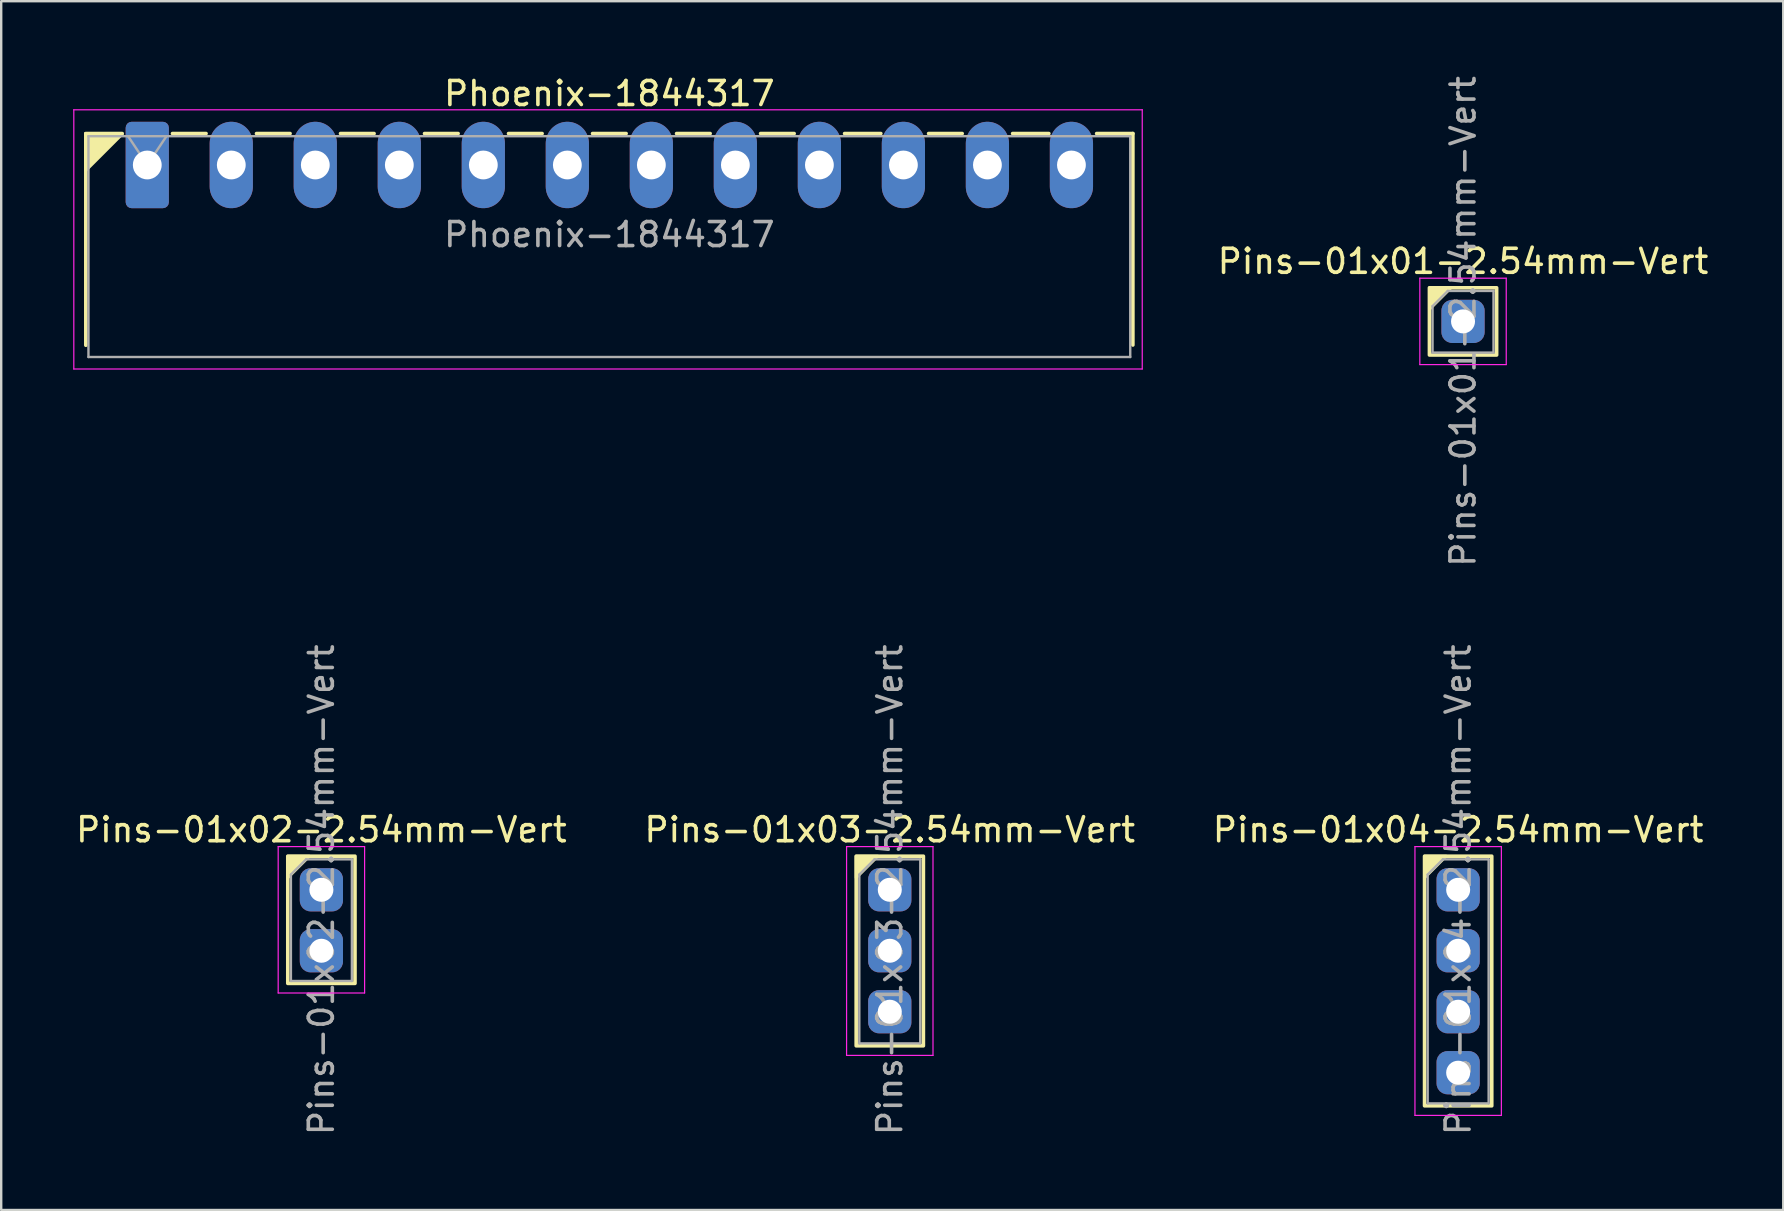
<source format=kicad_pcb>
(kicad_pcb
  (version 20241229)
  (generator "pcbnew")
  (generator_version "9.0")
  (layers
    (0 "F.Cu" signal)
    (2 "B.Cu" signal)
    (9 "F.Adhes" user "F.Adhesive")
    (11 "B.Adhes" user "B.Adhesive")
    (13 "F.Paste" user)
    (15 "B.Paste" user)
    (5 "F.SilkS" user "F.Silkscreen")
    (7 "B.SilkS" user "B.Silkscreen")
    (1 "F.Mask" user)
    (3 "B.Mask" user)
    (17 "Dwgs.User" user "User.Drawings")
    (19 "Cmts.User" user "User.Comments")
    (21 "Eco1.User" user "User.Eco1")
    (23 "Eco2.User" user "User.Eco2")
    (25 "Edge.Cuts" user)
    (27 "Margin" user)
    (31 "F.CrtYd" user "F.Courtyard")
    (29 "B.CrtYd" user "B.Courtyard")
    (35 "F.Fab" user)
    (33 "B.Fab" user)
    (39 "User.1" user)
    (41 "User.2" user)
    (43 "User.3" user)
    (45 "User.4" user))
  (footprint "Pins-01x02-2.54mm-Vert"
    (layer "F.Cu")
    (at 10.339 34.018)
    (property "Reference" "Pins-01x02-2.54mm-Vert" (at 0 -2.5 0) (unlocked yes) (layer "F.SilkS") (effects (font (size 1 1) (thickness 0.15))))
    (attr through_hole)
    (fp_rect (start 1.4 3.9) (end -1.4 -1.4) (stroke (width 0.15) (type solid)) (fill no) (layer "F.SilkS"))
    (fp_poly (pts (xy -1.4 -0.5) (xy -1.4 -1.4) (xy -0.5 -1.4)) (stroke (width 0.12) (type solid)) (fill yes) (layer "F.SilkS"))
    (fp_line (start -1.8 -1.8) (end -1.8 4.3) (stroke (width 0.05) (type solid)) (layer "F.CrtYd"))
    (fp_line (start -1.8 4.3) (end 1.8 4.3) (stroke (width 0.05) (type solid)) (layer "F.CrtYd"))
    (fp_line (start 1.8 -1.8) (end -1.8 -1.8) (stroke (width 0.05) (type solid)) (layer "F.CrtYd"))
    (fp_line (start 1.8 4.3) (end 1.8 -1.8) (stroke (width 0.05) (type solid)) (layer "F.CrtYd"))
    (fp_line (start -1.27 -0.635) (end -0.635 -1.27) (stroke (width 0.1) (type solid)) (layer "F.Fab"))
    (fp_line (start -1.27 3.8) (end -1.27 -0.635) (stroke (width 0.1) (type solid)) (layer "F.Fab"))
    (fp_line (start -0.635 -1.27) (end 1.27 -1.27) (stroke (width 0.1) (type solid)) (layer "F.Fab"))
    (fp_line (start 1.27 -1.27) (end 1.27 3.8) (stroke (width 0.1) (type solid)) (layer "F.Fab"))
    (fp_line (start 1.27 3.8) (end -1.27 3.8) (stroke (width 0.1) (type solid)) (layer "F.Fab"))
    (fp_text user "${REFERENCE}" (at 0 0 90) (layer "F.Fab") (effects (font (size 1 1) (thickness 0.15))))
    (pad "1" thru_hole roundrect (at 0 0) (size 1.8 1.8) (drill 1) (layers "*.Cu" "*.Mask") (roundrect_rratio 0.25))
    (pad "2" thru_hole roundrect (at 0 2.54) (size 1.8 1.8) (drill 1) (layers "*.Cu" "*.Mask") (roundrect_rratio 0.25)))
  (footprint "Pins-01x01-2.54mm-Vert"
    (layer "F.Cu")
    (at 57.899 10.339)
    (property "Reference" "Pins-01x01-2.54mm-Vert" (at 0 -2.5 0) (unlocked yes) (layer "F.SilkS") (effects (font (size 1 1) (thickness 0.15))))
    (attr through_hole)
    (fp_rect (start 1.4 -1.4) (end -1.4 1.4) (stroke (width 0.15) (type solid)) (fill no) (layer "F.SilkS"))
    (fp_poly (pts (xy -1.4 -0.5) (xy -1.4 -1.4) (xy -0.5 -1.4)) (stroke (width 0.12) (type solid)) (fill yes) (layer "F.SilkS"))
    (fp_line (start -1.8 -1.8) (end -1.8 1.8) (stroke (width 0.05) (type solid)) (layer "F.CrtYd"))
    (fp_line (start -1.8 1.8) (end 1.8 1.8) (stroke (width 0.05) (type solid)) (layer "F.CrtYd"))
    (fp_line (start 1.8 -1.8) (end -1.8 -1.8) (stroke (width 0.05) (type solid)) (layer "F.CrtYd"))
    (fp_line (start 1.8 1.8) (end 1.8 -1.8) (stroke (width 0.05) (type solid)) (layer "F.CrtYd"))
    (fp_line (start -1.27 -0.635) (end -0.635 -1.27) (stroke (width 0.1) (type solid)) (layer "F.Fab"))
    (fp_line (start -1.27 1.3) (end -1.27 -0.635) (stroke (width 0.1) (type solid)) (layer "F.Fab"))
    (fp_line (start -0.635 -1.27) (end 1.27 -1.27) (stroke (width 0.1) (type solid)) (layer "F.Fab"))
    (fp_line (start 1.27 -1.27) (end 1.27 1.3) (stroke (width 0.1) (type solid)) (layer "F.Fab"))
    (fp_line (start 1.27 1.3) (end -1.27 1.3) (stroke (width 0.1) (type solid)) (layer "F.Fab"))
    (fp_text user "${REFERENCE}" (at 0 0 90) (layer "F.Fab") (effects (font (size 1 1) (thickness 0.15))))
    (pad "1" thru_hole roundrect (at 0 0) (size 1.8 1.8) (drill 1) (layers "*.Cu" "*.Mask") (roundrect_rratio 0.25)))
  (footprint "Pins-01x03-2.54mm-Vert"
    (layer "F.Cu")
    (at 34.018 34.018)
    (property "Reference" "Pins-01x03-2.54mm-Vert" (at 0 -2.5 0) (unlocked yes) (layer "F.SilkS") (effects (font (size 1 1) (thickness 0.15))))
    (attr through_hole)
    (fp_rect (start 1.4 6.5) (end -1.4 -1.4) (stroke (width 0.15) (type solid)) (fill no) (layer "F.SilkS"))
    (fp_poly (pts (xy -1.4 -0.5) (xy -1.4 -1.4) (xy -0.5 -1.4)) (stroke (width 0.12) (type solid)) (fill yes) (layer "F.SilkS"))
    (fp_line (start -1.8 -1.8) (end -1.8 6.9) (stroke (width 0.05) (type solid)) (layer "F.CrtYd"))
    (fp_line (start -1.8 6.9) (end 1.8 6.9) (stroke (width 0.05) (type solid)) (layer "F.CrtYd"))
    (fp_line (start 1.8 -1.8) (end -1.8 -1.8) (stroke (width 0.05) (type solid)) (layer "F.CrtYd"))
    (fp_line (start 1.8 6.9) (end 1.8 -1.8) (stroke (width 0.05) (type solid)) (layer "F.CrtYd"))
    (fp_line (start -1.27 -0.635) (end -0.635 -1.27) (stroke (width 0.1) (type solid)) (layer "F.Fab"))
    (fp_line (start -1.27 6.4) (end -1.27 -0.635) (stroke (width 0.1) (type solid)) (layer "F.Fab"))
    (fp_line (start -0.635 -1.27) (end 1.27 -1.27) (stroke (width 0.1) (type solid)) (layer "F.Fab"))
    (fp_line (start 1.27 -1.27) (end 1.27 6.4) (stroke (width 0.1) (type solid)) (layer "F.Fab"))
    (fp_line (start 1.27 6.4) (end -1.27 6.4) (stroke (width 0.1) (type solid)) (layer "F.Fab"))
    (fp_text user "${REFERENCE}" (at 0 0 90) (layer "F.Fab") (effects (font (size 1 1) (thickness 0.15))))
    (pad "1" thru_hole roundrect (at 0 0) (size 1.8 1.8) (drill 1) (layers "*.Cu" "*.Mask") (roundrect_rratio 0.25))
    (pad "2" thru_hole roundrect (at 0 2.54) (size 1.8 1.8) (drill 1) (layers "*.Cu" "*.Mask") (roundrect_rratio 0.25))
    (pad "3" thru_hole roundrect (at 0 5.08) (size 1.8 1.8) (drill 1) (layers "*.Cu" "*.Mask") (roundrect_rratio 0.25)))
  (footprint "Phoenix-1844317"
    (layer "F.Cu")
    (at 22.335 3.823)
    (property "Reference" "Phoenix-1844317" (at 0 -2.975 0) (layer "F.SilkS") (effects (font (size 1 1) (thickness 0.15))))
    (attr through_hole)
    (fp_line (start -21.81 -1.31) (end -20.3 -1.31) (stroke (width 0.15) (type solid)) (layer "F.SilkS"))
    (fp_line (start -21.81 -1.3) (end -21.81 7.51) (stroke (width 0.15) (type solid)) (layer "F.SilkS"))
    (fp_line (start -18.2 -1.31) (end -16.8 -1.31) (stroke (width 0.15) (type solid)) (layer "F.SilkS"))
    (fp_line (start -14.7 -1.31) (end -13.3 -1.31) (stroke (width 0.15) (type solid)) (layer "F.SilkS"))
    (fp_line (start -11.2 -1.31) (end -9.8 -1.31) (stroke (width 0.15) (type solid)) (layer "F.SilkS"))
    (fp_line (start -7.7 -1.31) (end -6.3 -1.31) (stroke (width 0.15) (type solid)) (layer "F.SilkS"))
    (fp_line (start -4.2 -1.31) (end -2.8 -1.31) (stroke (width 0.15) (type solid)) (layer "F.SilkS"))
    (fp_line (start -0.7 -1.31) (end 0.7 -1.31) (stroke (width 0.15) (type solid)) (layer "F.SilkS"))
    (fp_line (start 2.8 -1.31) (end 4.2 -1.31) (stroke (width 0.15) (type solid)) (layer "F.SilkS"))
    (fp_line (start 6.3 -1.31) (end 7.7 -1.31) (stroke (width 0.15) (type solid)) (layer "F.SilkS"))
    (fp_line (start 11.31 -1.31) (end 9.8 -1.31) (stroke (width 0.15) (type solid)) (layer "F.SilkS"))
    (fp_line (start 13.3 -1.31) (end 14.7 -1.31) (stroke (width 0.15) (type solid)) (layer "F.SilkS"))
    (fp_line (start 18.31 -1.31) (end 16.8 -1.31) (stroke (width 0.15) (type solid)) (layer "F.SilkS"))
    (fp_line (start 21.81 -1.31) (end 20.3 -1.31) (stroke (width 0.15) (type solid)) (layer "F.SilkS"))
    (fp_line (start 21.81 -1.31) (end 21.81 7.5) (stroke (width 0.15) (type solid)) (layer "F.SilkS"))
    (fp_poly (pts (xy -20.3 -1.3) (xy -21.81 -1.3) (xy -21.81 0.21)) (stroke (width 0.15) (type solid)) (fill yes) (layer "F.SilkS"))
    (fp_line (start -22.31 -2.3) (end -22.31 8.5) (stroke (width 0.05) (type solid)) (layer "F.CrtYd"))
    (fp_line (start -22.31 8.5) (end 22.2 8.5) (stroke (width 0.05) (type solid)) (layer "F.CrtYd"))
    (fp_line (start 22.2 -2.3) (end -22.31 -2.3) (stroke (width 0.05) (type solid)) (layer "F.CrtYd"))
    (fp_line (start 22.2 8.5) (end 22.2 -2.3) (stroke (width 0.05) (type solid)) (layer "F.CrtYd"))
    (fp_line (start -21.7 -1.2) (end -21.7 8) (stroke (width 0.1) (type solid)) (layer "F.Fab"))
    (fp_line (start -21.7 8) (end 21.7 8) (stroke (width 0.1) (type solid)) (layer "F.Fab"))
    (fp_line (start -19.25 0) (end -20.05 -1.2) (stroke (width 0.1) (type solid)) (layer "F.Fab"))
    (fp_line (start -18.45 -1.2) (end -19.25 0) (stroke (width 0.1) (type solid)) (layer "F.Fab"))
    (fp_line (start 21.7 -1.2) (end -21.7 -1.2) (stroke (width 0.1) (type solid)) (layer "F.Fab"))
    (fp_line (start 21.7 8) (end 21.7 -1.2) (stroke (width 0.1) (type solid)) (layer "F.Fab"))
    (fp_text user "${REFERENCE}" (at 0 2.9 0) (layer "F.Fab") (effects (font (size 1 1) (thickness 0.15))))
    (pad "1" thru_hole roundrect (at -19.25 0) (size 1.8 3.6) (drill 1.2) (layers "*.Cu" "*.Mask") (roundrect_rratio 0.139))
    (pad "2" thru_hole oval (at -15.75 0) (size 1.8 3.6) (drill 1.2) (layers "*.Cu" "*.Mask"))
    (pad "3" thru_hole oval (at -12.25 0) (size 1.8 3.6) (drill 1.2) (layers "*.Cu" "*.Mask"))
    (pad "4" thru_hole oval (at -8.75 0) (size 1.8 3.6) (drill 1.2) (layers "*.Cu" "*.Mask"))
    (pad "5" thru_hole oval (at -5.25 0) (size 1.8 3.6) (drill 1.2) (layers "*.Cu" "*.Mask"))
    (pad "6" thru_hole oval (at -1.75 0) (size 1.8 3.6) (drill 1.2) (layers "*.Cu" "*.Mask"))
    (pad "7" thru_hole oval (at 1.75 0) (size 1.8 3.6) (drill 1.2) (layers "*.Cu" "*.Mask"))
    (pad "8" thru_hole oval (at 5.25 0) (size 1.8 3.6) (drill 1.2) (layers "*.Cu" "*.Mask"))
    (pad "9" thru_hole oval (at 8.75 0) (size 1.8 3.6) (drill 1.2) (layers "*.Cu" "*.Mask"))
    (pad "10" thru_hole oval (at 12.25 0) (size 1.8 3.6) (drill 1.2) (layers "*.Cu" "*.Mask"))
    (pad "11" thru_hole oval (at 15.75 0) (size 1.8 3.6) (drill 1.2) (layers "*.Cu" "*.Mask"))
    (pad "12" thru_hole oval (at 19.25 0) (size 1.8 3.6) (drill 1.2) (layers "*.Cu" "*.Mask")))
  (footprint "Pins-01x04-2.54mm-Vert"
    (layer "F.Cu")
    (at 57.696 34.018)
    (property "Reference" "Pins-01x04-2.54mm-Vert" (at 0 -2.5 0) (unlocked yes) (layer "F.SilkS") (effects (font (size 1 1) (thickness 0.15))))
    (attr through_hole)
    (fp_rect (start 1.4 9) (end -1.4 -1.4) (stroke (width 0.15) (type solid)) (fill no) (layer "F.SilkS"))
    (fp_poly (pts (xy -1.4 -0.5) (xy -1.4 -1.4) (xy -0.5 -1.4)) (stroke (width 0.12) (type solid)) (fill yes) (layer "F.SilkS"))
    (fp_line (start -1.8 -1.8) (end -1.8 9.4) (stroke (width 0.05) (type solid)) (layer "F.CrtYd"))
    (fp_line (start -1.8 9.4) (end 1.8 9.4) (stroke (width 0.05) (type solid)) (layer "F.CrtYd"))
    (fp_line (start 1.8 -1.8) (end -1.8 -1.8) (stroke (width 0.05) (type solid)) (layer "F.CrtYd"))
    (fp_line (start 1.8 9.4) (end 1.8 -1.8) (stroke (width 0.05) (type solid)) (layer "F.CrtYd"))
    (fp_line (start -1.27 -0.635) (end -0.635 -1.27) (stroke (width 0.1) (type solid)) (layer "F.Fab"))
    (fp_line (start -1.27 8.9) (end -1.27 -0.635) (stroke (width 0.1) (type solid)) (layer "F.Fab"))
    (fp_line (start -0.635 -1.27) (end 1.27 -1.27) (stroke (width 0.1) (type solid)) (layer "F.Fab"))
    (fp_line (start 1.27 -1.27) (end 1.27 8.9) (stroke (width 0.1) (type solid)) (layer "F.Fab"))
    (fp_line (start 1.27 8.9) (end -1.27 8.9) (stroke (width 0.1) (type solid)) (layer "F.Fab"))
    (fp_text user "${REFERENCE}" (at 0 0 90) (layer "F.Fab") (effects (font (size 1 1) (thickness 0.15))))
    (pad "1" thru_hole roundrect (at 0 0) (size 1.8 1.8) (drill 1) (layers "*.Cu" "*.Mask") (roundrect_rratio 0.25))
    (pad "2" thru_hole roundrect (at 0 2.54) (size 1.8 1.8) (drill 1) (layers "*.Cu" "*.Mask") (roundrect_rratio 0.25))
    (pad "3" thru_hole roundrect (at 0 5.08) (size 1.8 1.8) (drill 1) (layers "*.Cu" "*.Mask") (roundrect_rratio 0.25))
    (pad "4" thru_hole roundrect (at 0 7.62) (size 1.8 1.8) (drill 1) (layers "*.Cu" "*.Mask") (roundrect_rratio 0.25)))
  (gr_rect
    (start -3 -3)
    (end 71.239 47.357)
    (stroke (width 0.1) (type default))
    (fill no)
    (layer "Edge.Cuts")))
</source>
